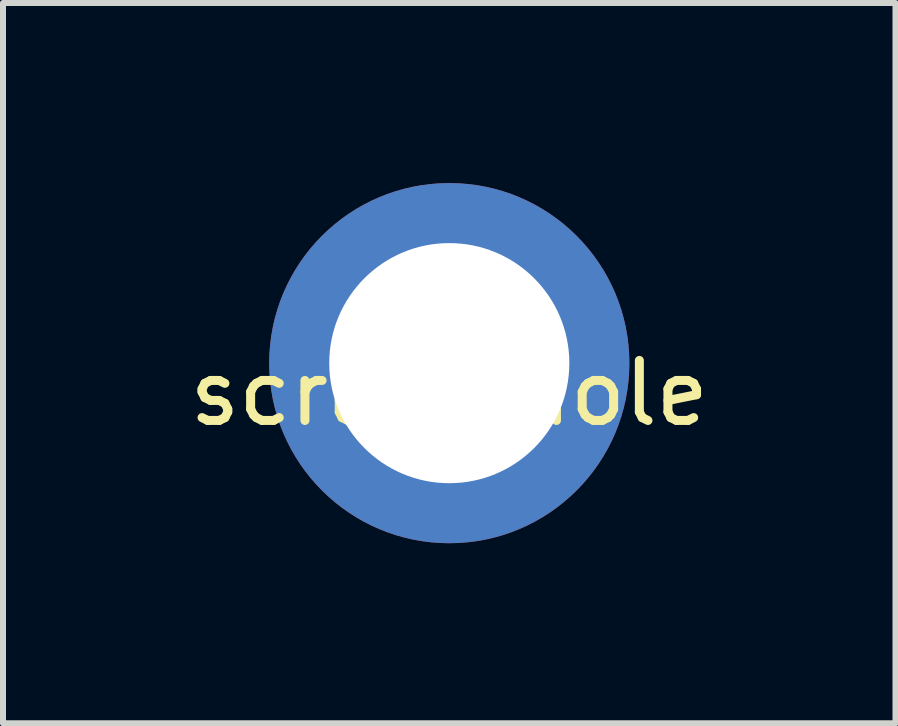
<source format=kicad_pcb>
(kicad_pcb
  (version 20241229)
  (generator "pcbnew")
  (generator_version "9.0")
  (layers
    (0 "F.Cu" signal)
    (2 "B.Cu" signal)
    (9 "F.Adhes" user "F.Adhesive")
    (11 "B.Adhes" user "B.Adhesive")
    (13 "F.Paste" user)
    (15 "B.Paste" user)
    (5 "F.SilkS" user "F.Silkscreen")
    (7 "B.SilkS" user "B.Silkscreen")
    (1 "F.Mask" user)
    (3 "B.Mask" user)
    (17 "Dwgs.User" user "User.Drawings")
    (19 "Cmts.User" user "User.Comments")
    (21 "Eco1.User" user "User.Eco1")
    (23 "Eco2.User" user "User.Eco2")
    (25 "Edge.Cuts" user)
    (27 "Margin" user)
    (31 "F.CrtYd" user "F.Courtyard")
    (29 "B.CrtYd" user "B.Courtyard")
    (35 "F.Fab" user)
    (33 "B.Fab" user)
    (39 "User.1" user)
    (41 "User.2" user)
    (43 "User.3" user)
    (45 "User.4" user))
  (footprint "screw-hole"
    (layer "F.Cu")
    (at 4.435 3)
    (property "Reference" "screw-hole" (at 0 0.5 0) (layer "F.SilkS") (effects (font (size 1 1) (thickness 0.15))))
    (attr through_hole)
    (pad "1" thru_hole circle (at 0 0) (size 6 6) (drill 4) (layers "B.Cu" "B.Mask")))
  (gr_rect
    (start -3 -3)
    (end 11.869 9)
    (stroke (width 0.1) (type default))
    (fill no)
    (layer "Edge.Cuts")))
</source>
